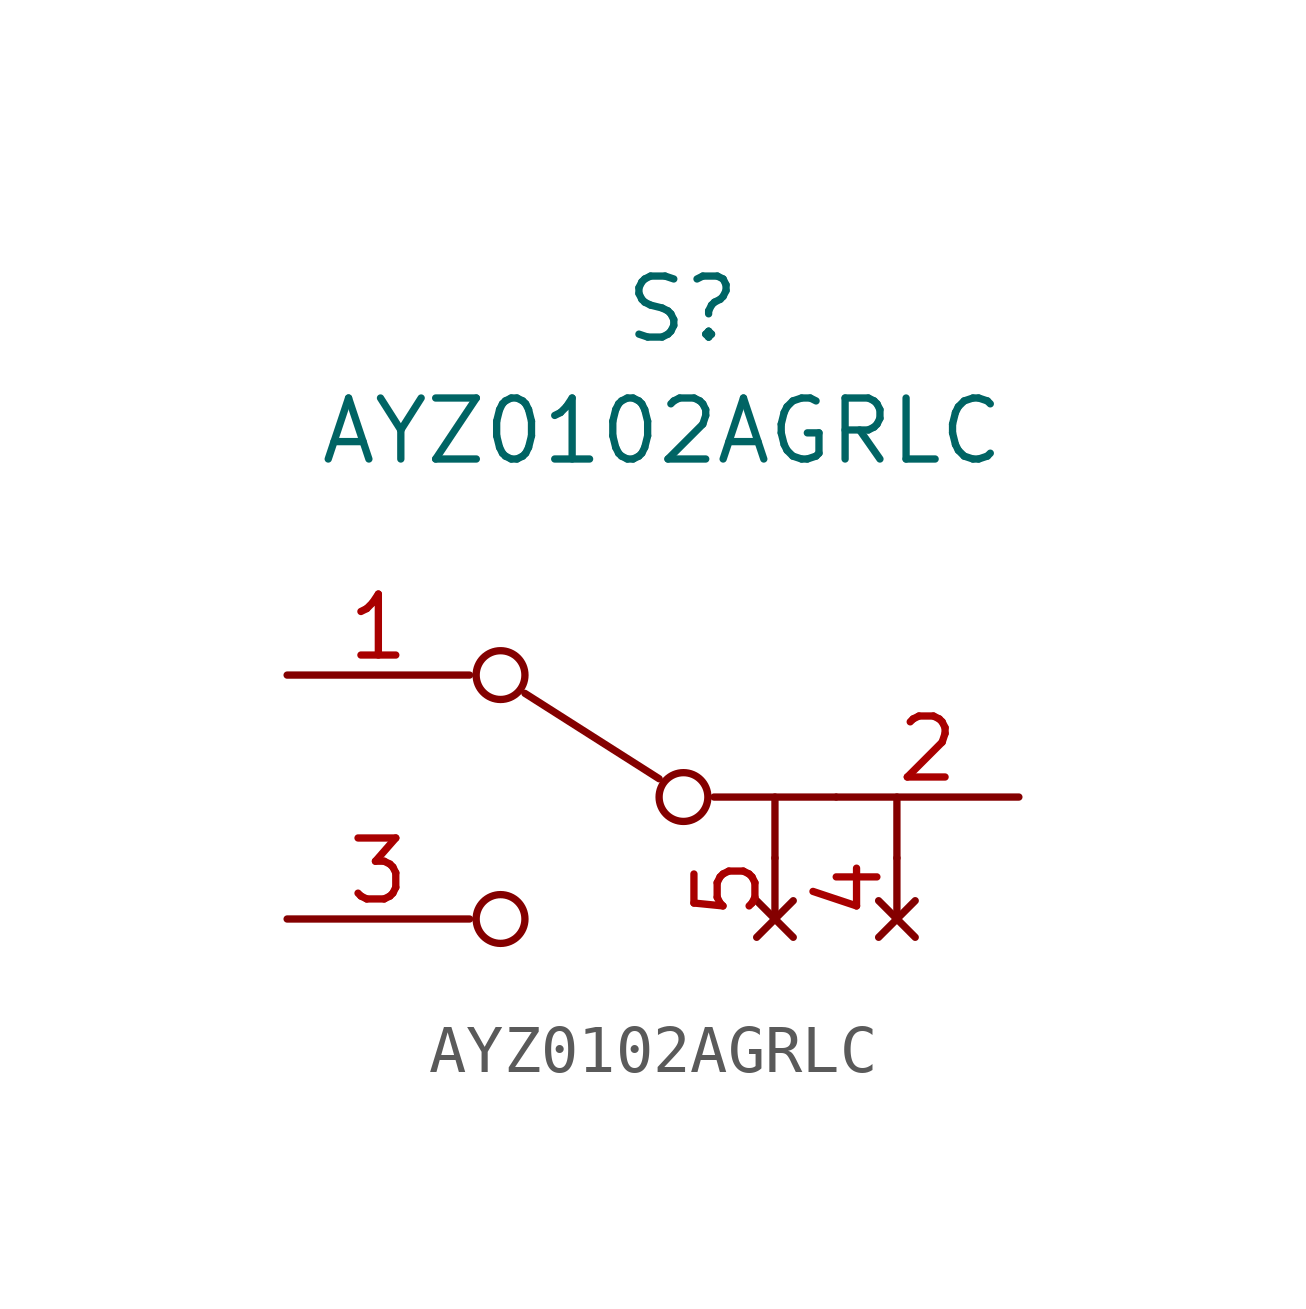
<source format=kicad_sym>
(kicad_symbol_lib
  (version 20211014)
  (generator kicad_symbol_editor)
  (symbol "AYZ0102AGRLC"
    (pin_names
      (offset 0.762))
    (property "Reference" "S"
      (at -0.635 10.16 0)
      (effects (font (size 1.27 1.27)) (justify left)))
    (property "Value" "AYZ0102AGRLC"
      (at -6.985 7.62 0)
      (effects (font (size 1.27 1.27)) (justify left)))
    (symbol "AYZ0102AGRLC_0_0"
      (circle (center -3.175 -2.54) (radius 0.508) (stroke (width 0) (type default) (color 0 0 0 0)) (fill (type none)))
      (circle (center -3.175 2.54) (radius 0.508) (stroke (width 0) (type default) (color 0 0 0 0)) (fill (type none)))
      (circle (center 0.635 0) (radius 0.508) (stroke (width 0) (type default) (color 0 0 0 0)) (fill (type none)))
      (pin passive line (at -7.62 2.54 0) (length 3.8) (name "" (effects (font (size 1.27 1.27)))) (number "1" (effects (font (size 1.27 1.27)))))
      (pin passive line (at 7.62 0 180) (length 3.8) (name "" (effects (font (size 1.27 1.27)))) (number "2" (effects (font (size 1.27 1.27)))))
      (pin passive line (at -7.62 -2.54 0) (length 3.8) (name "" (effects (font (size 1.27 1.27)))) (number "3" (effects (font (size 1.27 1.27)))))
      (pin no_connect line (at 5.08 -2.54 90) (length 1.27) (name "" (effects (font (size 1.27 1.27)))) (number "4" (effects (font (size 1.27 1.27)))))
      (pin no_connect line (at 2.54 -2.54 90) (length 1.27) (name "" (effects (font (size 1.27 1.27)))) (number "5" (effects (font (size 1.27 1.27))))))
    (symbol "AYZ0102AGRLC_0_1"
      (polyline (pts (xy 0.127 0.381) (xy -2.667 2.159)) (stroke (width 0) (type default) (color 0 0 0 0)) (fill (type none)))
      (polyline (pts (xy 2.54 -1.27) (xy 2.54 0)) (stroke (width 0) (type default) (color 0 0 0 0)) (fill (type none)))
      (polyline (pts (xy 3.81 0) (xy 1.27 0)) (stroke (width 0) (type default) (color 0 0 0 0)) (fill (type none)))
      (polyline (pts (xy 5.08 -1.27) (xy 5.08 0)) (stroke (width 0) (type default) (color 0 0 0 0)) (fill (type none))))))
</source>
